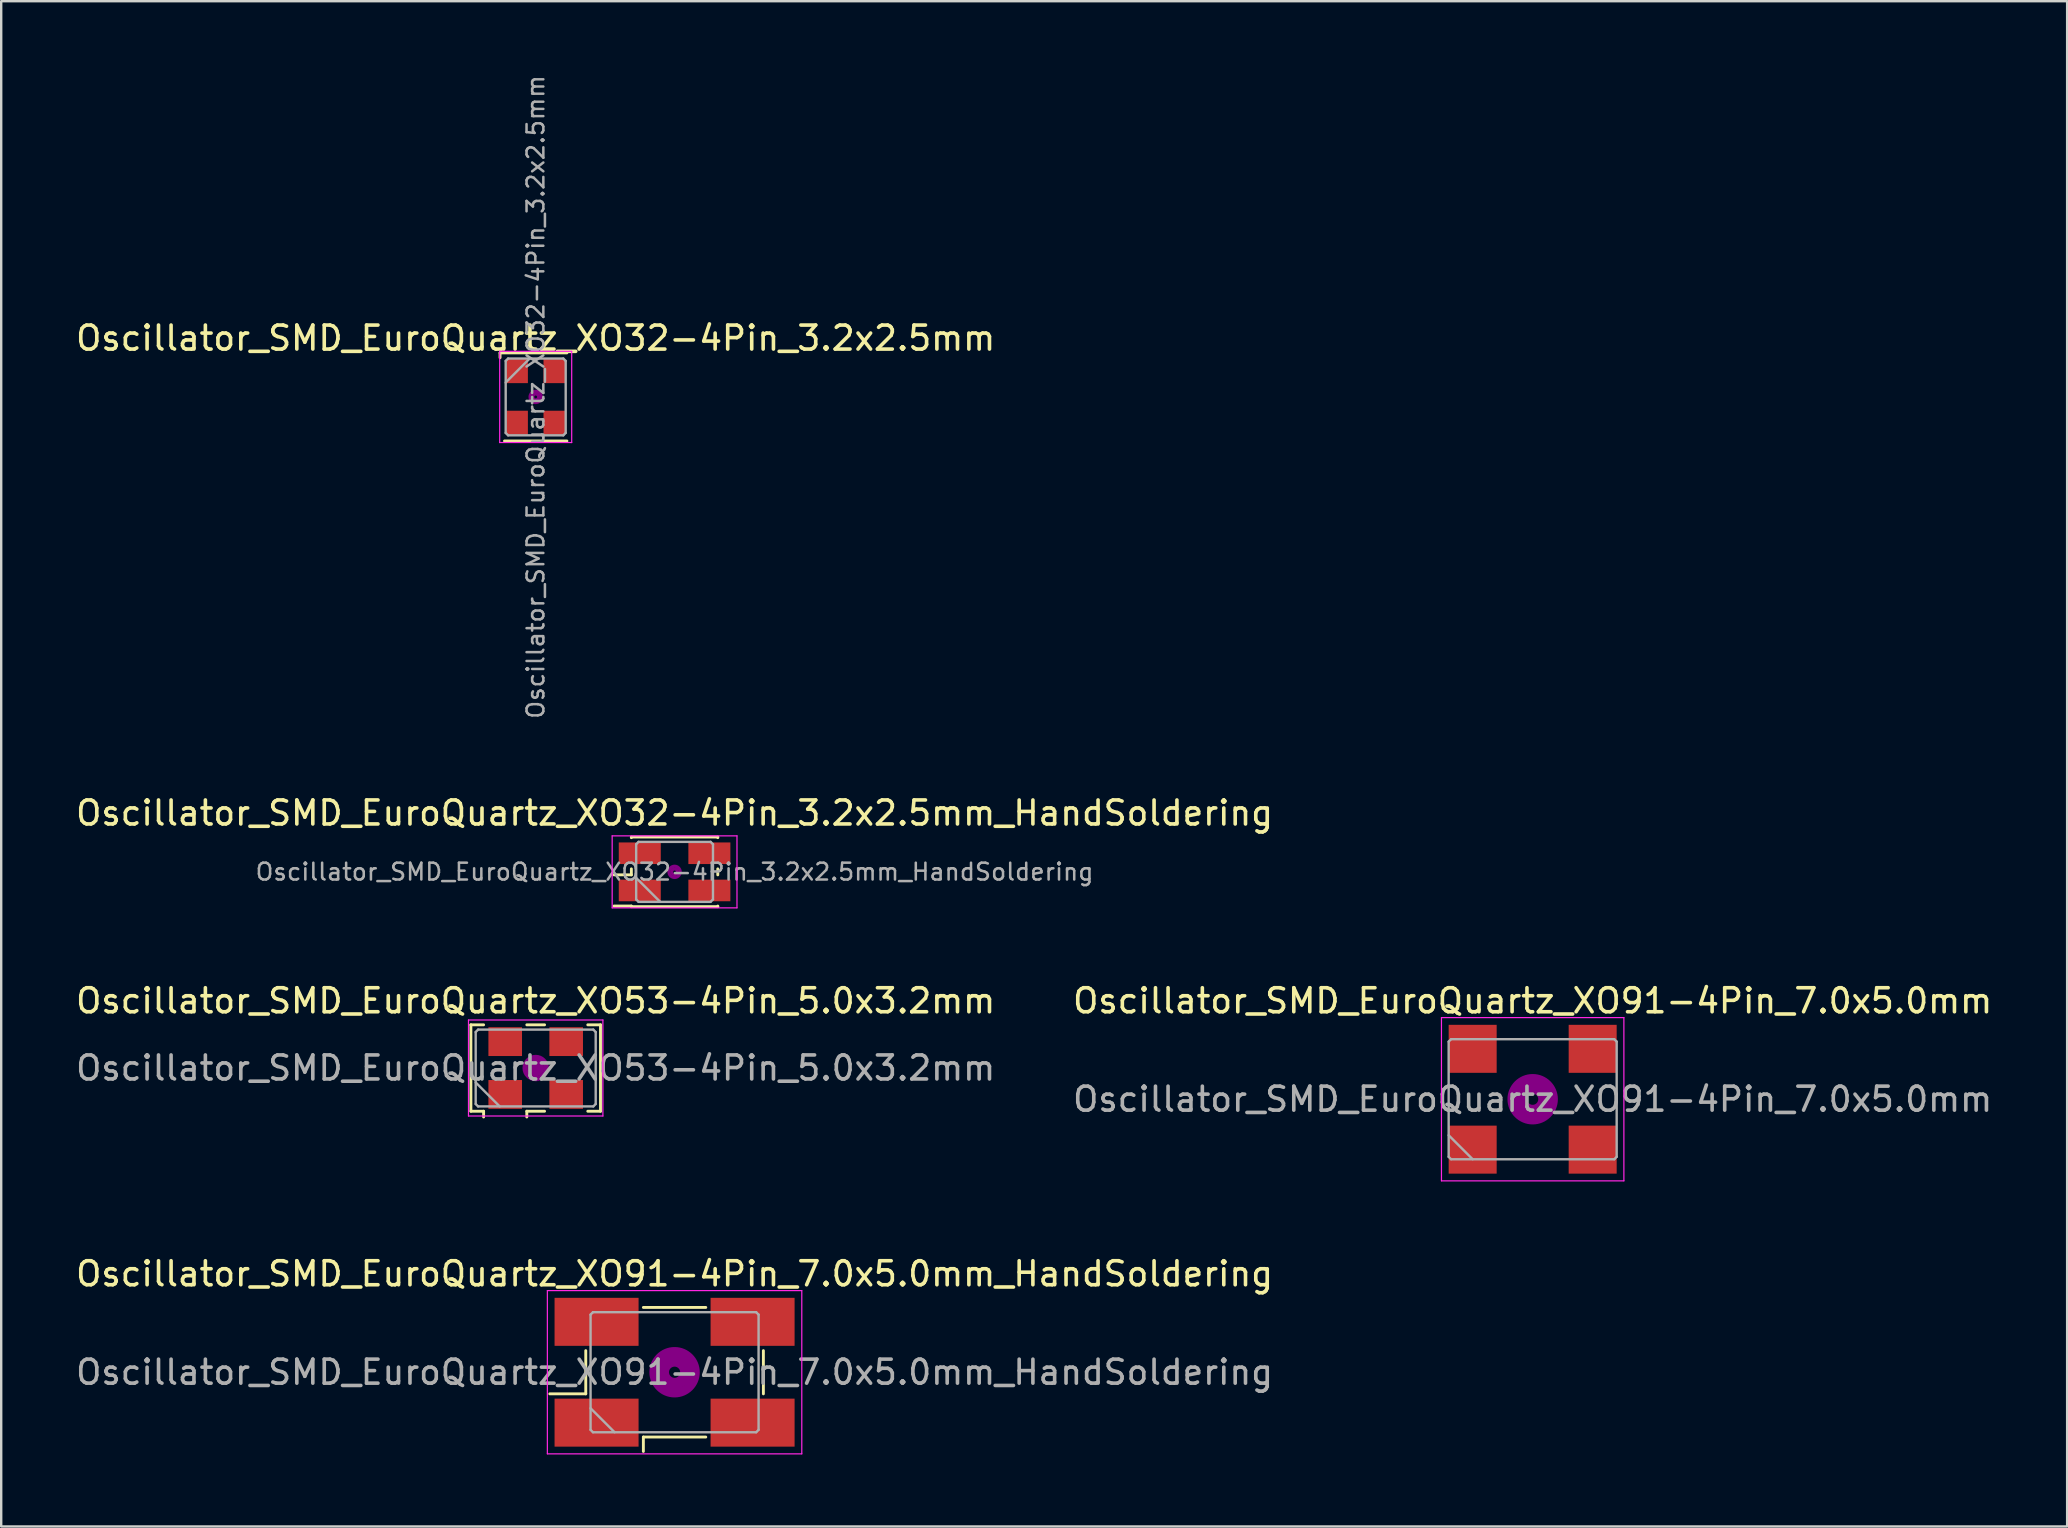
<source format=kicad_pcb>
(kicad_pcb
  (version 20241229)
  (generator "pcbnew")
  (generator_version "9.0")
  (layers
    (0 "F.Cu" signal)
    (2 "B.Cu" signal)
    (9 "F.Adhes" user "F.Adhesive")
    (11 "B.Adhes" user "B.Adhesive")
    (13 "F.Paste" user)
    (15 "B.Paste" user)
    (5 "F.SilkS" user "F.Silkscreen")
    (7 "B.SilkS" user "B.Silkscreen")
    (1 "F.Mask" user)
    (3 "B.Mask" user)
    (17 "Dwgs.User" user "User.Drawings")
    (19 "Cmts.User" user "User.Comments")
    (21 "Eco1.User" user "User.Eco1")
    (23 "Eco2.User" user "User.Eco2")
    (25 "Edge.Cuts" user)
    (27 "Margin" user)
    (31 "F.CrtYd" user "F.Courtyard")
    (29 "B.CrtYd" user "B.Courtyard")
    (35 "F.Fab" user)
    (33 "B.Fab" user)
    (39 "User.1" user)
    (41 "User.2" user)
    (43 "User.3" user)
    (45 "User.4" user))
  (footprint "Oscillator_SMD_EuroQuartz_XO53-4Pin_5.0x3.2mm"
    (layer "F.Cu")
    (at 19.268 41.446)
    (property "Reference" "Oscillator_SMD_EuroQuartz_XO53-4Pin_5.0x3.2mm" (at 0 -2.8 0) (layer "F.SilkS") (effects (font (size 1 1) (thickness 0.15))))
    (attr smd)
    (fp_line (start -2.7 -1.8) (end -2.17 -1.8) (stroke (width 0.12) (type solid)) (layer "F.SilkS"))
    (fp_line (start -2.7 1.8) (end -2.7 -1.8) (stroke (width 0.12) (type solid)) (layer "F.SilkS"))
    (fp_line (start -2.17 1.8) (end -2.7 1.8) (stroke (width 0.12) (type solid)) (layer "F.SilkS"))
    (fp_line (start -2.17 2.04) (end -2.17 1.8) (stroke (width 0.12) (type solid)) (layer "F.SilkS"))
    (fp_line (start -0.37 -1.8) (end 0.37 -1.8) (stroke (width 0.12) (type solid)) (layer "F.SilkS"))
    (fp_line (start -0.37 1.8) (end -0.37 2.04) (stroke (width 0.12) (type solid)) (layer "F.SilkS"))
    (fp_line (start 0.37 1.8) (end -0.37 1.8) (stroke (width 0.12) (type solid)) (layer "F.SilkS"))
    (fp_line (start 2.17 -1.8) (end 2.7 -1.8) (stroke (width 0.12) (type solid)) (layer "F.SilkS"))
    (fp_line (start 2.7 -1.8) (end 2.7 1.8) (stroke (width 0.12) (type solid)) (layer "F.SilkS"))
    (fp_line (start 2.7 1.8) (end 2.17 1.8) (stroke (width 0.12) (type solid)) (layer "F.SilkS"))
    (fp_circle (center 0 0) (end 0.117 0) (stroke (width 0.233) (type solid)) (fill no) (layer "F.Adhes"))
    (fp_circle (center 0 0) (end 0.267 0) (stroke (width 0.167) (type solid)) (fill no) (layer "F.Adhes"))
    (fp_circle (center 0 0) (end 0.417 0) (stroke (width 0.167) (type solid)) (fill no) (layer "F.Adhes"))
    (fp_circle (center 0 0) (end 0.5 0) (stroke (width 0.1) (type solid)) (fill no) (layer "F.Adhes"))
    (fp_line (start -2.8 -2) (end -2.8 2) (stroke (width 0.05) (type solid)) (layer "F.CrtYd"))
    (fp_line (start -2.8 2) (end 2.8 2) (stroke (width 0.05) (type solid)) (layer "F.CrtYd"))
    (fp_line (start 2.8 -2) (end -2.8 -2) (stroke (width 0.05) (type solid)) (layer "F.CrtYd"))
    (fp_line (start 2.8 2) (end 2.8 -2) (stroke (width 0.05) (type solid)) (layer "F.CrtYd"))
    (fp_line (start -2.5 -1.5) (end -2.4 -1.6) (stroke (width 0.1) (type solid)) (layer "F.Fab"))
    (fp_line (start -2.5 0.6) (end -1.5 1.6) (stroke (width 0.1) (type solid)) (layer "F.Fab"))
    (fp_line (start -2.5 1.5) (end -2.5 -1.5) (stroke (width 0.1) (type solid)) (layer "F.Fab"))
    (fp_line (start -2.4 -1.6) (end 2.4 -1.6) (stroke (width 0.1) (type solid)) (layer "F.Fab"))
    (fp_line (start -2.4 1.6) (end -2.5 1.5) (stroke (width 0.1) (type solid)) (layer "F.Fab"))
    (fp_line (start 2.4 -1.6) (end 2.5 -1.5) (stroke (width 0.1) (type solid)) (layer "F.Fab"))
    (fp_line (start 2.4 1.6) (end -2.4 1.6) (stroke (width 0.1) (type solid)) (layer "F.Fab"))
    (fp_line (start 2.5 -1.5) (end 2.5 1.5) (stroke (width 0.1) (type solid)) (layer "F.Fab"))
    (fp_line (start 2.5 1.5) (end 2.4 1.6) (stroke (width 0.1) (type solid)) (layer "F.Fab"))
    (fp_text user "${REFERENCE}" (at 0 0 0) (layer "F.Fab") (effects (font (size 1 1) (thickness 0.15))))
    (pad "1" smd rect (at -1.27 1.1) (size 1.4 1.2) (layers "F.Cu" "F.Mask" "F.Paste"))
    (pad "2" smd rect (at 1.27 1.1) (size 1.4 1.2) (layers "F.Cu" "F.Mask" "F.Paste"))
    (pad "3" smd rect (at 1.27 -1.1) (size 1.4 1.2) (layers "F.Cu" "F.Mask" "F.Paste"))
    (pad "4" smd rect (at -1.27 -1.1) (size 1.4 1.2) (layers "F.Cu" "F.Mask" "F.Paste")))
  (footprint "Oscillator_SMD_EuroQuartz_XO91-4Pin_7.0x5.0mm"
    (layer "F.Cu")
    (at 60.804 42.746)
    (property "Reference" "Oscillator_SMD_EuroQuartz_XO91-4Pin_7.0x5.0mm" (at 0 -4.1 0) (layer "F.SilkS") (effects (font (size 1 1) (thickness 0.15))))
    (attr smd)
    (fp_circle (center 0 0) (end 0.233 0) (stroke (width 0.467) (type solid)) (fill no) (layer "F.Adhes"))
    (fp_circle (center 0 0) (end 0.533 0) (stroke (width 0.333) (type solid)) (fill no) (layer "F.Adhes"))
    (fp_circle (center 0 0) (end 0.833 0) (stroke (width 0.333) (type solid)) (fill no) (layer "F.Adhes"))
    (fp_circle (center 0 0) (end 1 0) (stroke (width 0.1) (type solid)) (fill no) (layer "F.Adhes"))
    (fp_line (start -3.8 -3.4) (end -3.8 3.4) (stroke (width 0.05) (type solid)) (layer "F.CrtYd"))
    (fp_line (start -3.8 3.4) (end 3.8 3.4) (stroke (width 0.05) (type solid)) (layer "F.CrtYd"))
    (fp_line (start 3.8 -3.4) (end -3.8 -3.4) (stroke (width 0.05) (type solid)) (layer "F.CrtYd"))
    (fp_line (start 3.8 3.4) (end 3.8 -3.4) (stroke (width 0.05) (type solid)) (layer "F.CrtYd"))
    (fp_line (start -3.5 -2.4) (end -3.4 -2.5) (stroke (width 0.1) (type solid)) (layer "F.Fab"))
    (fp_line (start -3.5 1.5) (end -2.5 2.5) (stroke (width 0.1) (type solid)) (layer "F.Fab"))
    (fp_line (start -3.5 2.4) (end -3.5 -2.4) (stroke (width 0.1) (type solid)) (layer "F.Fab"))
    (fp_line (start -3.4 -2.5) (end 3.4 -2.5) (stroke (width 0.1) (type solid)) (layer "F.Fab"))
    (fp_line (start -3.4 2.5) (end -3.5 2.4) (stroke (width 0.1) (type solid)) (layer "F.Fab"))
    (fp_line (start 3.4 -2.5) (end 3.5 -2.4) (stroke (width 0.1) (type solid)) (layer "F.Fab"))
    (fp_line (start 3.4 2.5) (end -3.4 2.5) (stroke (width 0.1) (type solid)) (layer "F.Fab"))
    (fp_line (start 3.5 -2.4) (end 3.5 2.4) (stroke (width 0.1) (type solid)) (layer "F.Fab"))
    (fp_line (start 3.5 2.4) (end 3.4 2.5) (stroke (width 0.1) (type solid)) (layer "F.Fab"))
    (fp_text user "${REFERENCE}" (at 0 0 0) (layer "F.Fab") (effects (font (size 1 1) (thickness 0.15))))
    (pad "1" smd rect (at -2.5 2.1) (size 2 2) (layers "F.Cu" "F.Mask" "F.Paste"))
    (pad "2" smd rect (at 2.5 2.1) (size 2 2) (layers "F.Cu" "F.Mask" "F.Paste"))
    (pad "3" smd rect (at 2.5 -2.1) (size 2 2) (layers "F.Cu" "F.Mask" "F.Paste"))
    (pad "4" smd rect (at -2.5 -2.1) (size 2 2) (layers "F.Cu" "F.Mask" "F.Paste")))
  (footprint "Oscillator_SMD_EuroQuartz_XO91-4Pin_7.0x5.0mm_HandSoldering"
    (layer "F.Cu")
    (at 25.054 54.12)
    (property "Reference" "Oscillator_SMD_EuroQuartz_XO91-4Pin_7.0x5.0mm_HandSoldering" (at 0 -4.1 0) (layer "F.SilkS") (effects (font (size 1 1) (thickness 0.15))))
    (attr smd)
    (fp_line (start -5.2 0.9) (end -3.7 0.9) (stroke (width 0.12) (type solid)) (layer "F.SilkS"))
    (fp_line (start -3.7 0.9) (end -3.7 -0.9) (stroke (width 0.12) (type solid)) (layer "F.SilkS"))
    (fp_line (start -1.3 -2.7) (end 1.3 -2.7) (stroke (width 0.12) (type solid)) (layer "F.SilkS"))
    (fp_line (start -1.3 2.7) (end -1.3 3.3) (stroke (width 0.12) (type solid)) (layer "F.SilkS"))
    (fp_line (start 1.3 2.7) (end -1.3 2.7) (stroke (width 0.12) (type solid)) (layer "F.SilkS"))
    (fp_line (start 3.7 -0.9) (end 3.7 0.9) (stroke (width 0.12) (type solid)) (layer "F.SilkS"))
    (fp_circle (center 0 0) (end 0.233 0) (stroke (width 0.467) (type solid)) (fill no) (layer "F.Adhes"))
    (fp_circle (center 0 0) (end 0.533 0) (stroke (width 0.333) (type solid)) (fill no) (layer "F.Adhes"))
    (fp_circle (center 0 0) (end 0.833 0) (stroke (width 0.333) (type solid)) (fill no) (layer "F.Adhes"))
    (fp_circle (center 0 0) (end 1 0) (stroke (width 0.1) (type solid)) (fill no) (layer "F.Adhes"))
    (fp_line (start -5.3 -3.4) (end -5.3 3.4) (stroke (width 0.05) (type solid)) (layer "F.CrtYd"))
    (fp_line (start -5.3 3.4) (end 5.3 3.4) (stroke (width 0.05) (type solid)) (layer "F.CrtYd"))
    (fp_line (start 5.3 -3.4) (end -5.3 -3.4) (stroke (width 0.05) (type solid)) (layer "F.CrtYd"))
    (fp_line (start 5.3 3.4) (end 5.3 -3.4) (stroke (width 0.05) (type solid)) (layer "F.CrtYd"))
    (fp_line (start -3.5 -2.4) (end -3.4 -2.5) (stroke (width 0.1) (type solid)) (layer "F.Fab"))
    (fp_line (start -3.5 1.5) (end -2.5 2.5) (stroke (width 0.1) (type solid)) (layer "F.Fab"))
    (fp_line (start -3.5 2.4) (end -3.5 -2.4) (stroke (width 0.1) (type solid)) (layer "F.Fab"))
    (fp_line (start -3.4 -2.5) (end 3.4 -2.5) (stroke (width 0.1) (type solid)) (layer "F.Fab"))
    (fp_line (start -3.4 2.5) (end -3.5 2.4) (stroke (width 0.1) (type solid)) (layer "F.Fab"))
    (fp_line (start 3.4 -2.5) (end 3.5 -2.4) (stroke (width 0.1) (type solid)) (layer "F.Fab"))
    (fp_line (start 3.4 2.5) (end -3.4 2.5) (stroke (width 0.1) (type solid)) (layer "F.Fab"))
    (fp_line (start 3.5 -2.4) (end 3.5 2.4) (stroke (width 0.1) (type solid)) (layer "F.Fab"))
    (fp_line (start 3.5 2.4) (end 3.4 2.5) (stroke (width 0.1) (type solid)) (layer "F.Fab"))
    (fp_text user "${REFERENCE}" (at 0 0 0) (layer "F.Fab") (effects (font (size 1 1) (thickness 0.15))))
    (pad "1" smd rect (at -3.25 2.1) (size 3.5 2) (layers "F.Cu" "F.Mask" "F.Paste"))
    (pad "2" smd rect (at 3.25 2.1) (size 3.5 2) (layers "F.Cu" "F.Mask" "F.Paste"))
    (pad "3" smd rect (at 3.25 -2.1) (size 3.5 2) (layers "F.Cu" "F.Mask" "F.Paste"))
    (pad "4" smd rect (at -3.25 -2.1) (size 3.5 2) (layers "F.Cu" "F.Mask" "F.Paste")))
  (footprint "Oscillator_SMD_EuroQuartz_XO32-4Pin_3.2x2.5mm_HandSoldering"
    (layer "F.Cu")
    (at 25.054 33.273)
    (property "Reference" "Oscillator_SMD_EuroQuartz_XO32-4Pin_3.2x2.5mm_HandSoldering" (at 0 -2.45 0) (layer "F.SilkS") (effects (font (size 1 1) (thickness 0.15))))
    (attr smd)
    (fp_line (start -2.525 0.125) (end -1.8 0.125) (stroke (width 0.12) (type solid)) (layer "F.SilkS"))
    (fp_line (start -2.525 1.425) (end -1.8 1.425) (stroke (width 0.12) (type solid)) (layer "F.SilkS"))
    (fp_line (start -1.8 -1.45) (end 1.8 -1.45) (stroke (width 0.12) (type solid)) (layer "F.SilkS"))
    (fp_line (start -1.8 -1.425) (end -1.8 -1.45) (stroke (width 0.12) (type solid)) (layer "F.SilkS"))
    (fp_line (start -1.8 0.125) (end -1.8 -0.125) (stroke (width 0.12) (type solid)) (layer "F.SilkS"))
    (fp_line (start -1.8 1.425) (end -1.8 1.45) (stroke (width 0.12) (type solid)) (layer "F.SilkS"))
    (fp_line (start -1.8 1.45) (end 1.8 1.45) (stroke (width 0.12) (type solid)) (layer "F.SilkS"))
    (fp_line (start 1.8 -1.45) (end 1.8 -1.425) (stroke (width 0.12) (type solid)) (layer "F.SilkS"))
    (fp_line (start 1.8 -0.125) (end 1.8 0.125) (stroke (width 0.12) (type solid)) (layer "F.SilkS"))
    (fp_line (start 1.8 1.45) (end 1.8 1.425) (stroke (width 0.12) (type solid)) (layer "F.SilkS"))
    (fp_circle (center 0 0) (end 0.058 0) (stroke (width 0.117) (type solid)) (fill no) (layer "F.Adhes"))
    (fp_circle (center 0 0) (end 0.133 0) (stroke (width 0.083) (type solid)) (fill no) (layer "F.Adhes"))
    (fp_circle (center 0 0) (end 0.208 0) (stroke (width 0.083) (type solid)) (fill no) (layer "F.Adhes"))
    (fp_circle (center 0 0) (end 0.25 0) (stroke (width 0.1) (type solid)) (fill no) (layer "F.Adhes"))
    (fp_line (start -2.6 -1.5) (end -2.6 1.5) (stroke (width 0.05) (type solid)) (layer "F.CrtYd"))
    (fp_line (start -2.6 1.5) (end 2.6 1.5) (stroke (width 0.05) (type solid)) (layer "F.CrtYd"))
    (fp_line (start 2.6 -1.5) (end -2.6 -1.5) (stroke (width 0.05) (type solid)) (layer "F.CrtYd"))
    (fp_line (start 2.6 1.5) (end 2.6 -1.5) (stroke (width 0.05) (type solid)) (layer "F.CrtYd"))
    (fp_line (start -1.6 -1.15) (end -1.5 -1.25) (stroke (width 0.1) (type solid)) (layer "F.Fab"))
    (fp_line (start -1.6 0.25) (end -0.6 1.25) (stroke (width 0.1) (type solid)) (layer "F.Fab"))
    (fp_line (start -1.6 1.15) (end -1.6 -1.15) (stroke (width 0.1) (type solid)) (layer "F.Fab"))
    (fp_line (start -1.5 -1.25) (end 1.5 -1.25) (stroke (width 0.1) (type solid)) (layer "F.Fab"))
    (fp_line (start -1.5 1.25) (end -1.6 1.15) (stroke (width 0.1) (type solid)) (layer "F.Fab"))
    (fp_line (start 1.5 -1.25) (end 1.6 -1.15) (stroke (width 0.1) (type solid)) (layer "F.Fab"))
    (fp_line (start 1.5 1.25) (end -1.5 1.25) (stroke (width 0.1) (type solid)) (layer "F.Fab"))
    (fp_line (start 1.6 -1.15) (end 1.6 1.15) (stroke (width 0.1) (type solid)) (layer "F.Fab"))
    (fp_line (start 1.6 1.15) (end 1.5 1.25) (stroke (width 0.1) (type solid)) (layer "F.Fab"))
    (fp_text user "${REFERENCE}" (at 0 0 0) (layer "F.Fab") (effects (font (size 0.7 0.7) (thickness 0.105))))
    (pad "1" smd rect (at -1.45 0.775) (size 1.75 0.9) (layers "F.Cu" "F.Mask" "F.Paste"))
    (pad "2" smd rect (at 1.45 0.775) (size 1.75 0.9) (layers "F.Cu" "F.Mask" "F.Paste"))
    (pad "3" smd rect (at 1.45 -0.775) (size 1.75 0.9) (layers "F.Cu" "F.Mask" "F.Paste"))
    (pad "4" smd rect (at -1.45 -0.775) (size 1.75 0.9) (layers "F.Cu" "F.Mask" "F.Paste")))
  (footprint "Oscillator_SMD_EuroQuartz_XO32-4Pin_3.2x2.5mm"
    (layer "F.Cu")
    (at 19.268 13.487)
    (property "Reference" "Oscillator_SMD_EuroQuartz_XO32-4Pin_3.2x2.5mm" (at 0 -2.45 0) (layer "F.SilkS") (effects (font (size 1 1) (thickness 0.15))))
    (attr smd)
    (fp_line (start -1.485 -1.835) (end 1.3 -1.835) (stroke (width 0.12) (type solid)) (layer "F.SilkS"))
    (fp_line (start -1.485 -1.635) (end -1.485 -1.835) (stroke (width 0.12) (type solid)) (layer "F.SilkS"))
    (fp_line (start 1.3 1.835) (end -1.3 1.835) (stroke (width 0.12) (type solid)) (layer "F.SilkS"))
    (fp_circle (center 0 0) (end 0 0.058) (stroke (width 0.117) (type solid)) (fill no) (layer "F.Adhes"))
    (fp_circle (center 0 0) (end 0 0.133) (stroke (width 0.083) (type solid)) (fill no) (layer "F.Adhes"))
    (fp_circle (center 0 0) (end 0 0.208) (stroke (width 0.083) (type solid)) (fill no) (layer "F.Adhes"))
    (fp_circle (center 0 0) (end 0 0.25) (stroke (width 0.1) (type solid)) (fill no) (layer "F.Adhes"))
    (fp_line (start -1.5 -1.9) (end -1.5 1.9) (stroke (width 0.05) (type solid)) (layer "F.CrtYd"))
    (fp_line (start -1.5 1.9) (end 1.5 1.9) (stroke (width 0.05) (type solid)) (layer "F.CrtYd"))
    (fp_line (start 1.5 -1.9) (end -1.5 -1.9) (stroke (width 0.05) (type solid)) (layer "F.CrtYd"))
    (fp_line (start 1.5 1.9) (end 1.5 -1.9) (stroke (width 0.05) (type solid)) (layer "F.CrtYd"))
    (fp_line (start -1.25 -1.5) (end -1.15 -1.6) (stroke (width 0.1) (type solid)) (layer "F.Fab"))
    (fp_line (start -1.25 1.5) (end -1.25 -1.5) (stroke (width 0.1) (type solid)) (layer "F.Fab"))
    (fp_line (start -1.15 -1.6) (end 1.15 -1.6) (stroke (width 0.1) (type solid)) (layer "F.Fab"))
    (fp_line (start -1.15 1.6) (end -1.25 1.5) (stroke (width 0.1) (type solid)) (layer "F.Fab"))
    (fp_line (start -0.25 -1.6) (end -1.25 -0.6) (stroke (width 0.1) (type solid)) (layer "F.Fab"))
    (fp_line (start 1.15 -1.6) (end 1.25 -1.5) (stroke (width 0.1) (type solid)) (layer "F.Fab"))
    (fp_line (start 1.15 1.6) (end -1.15 1.6) (stroke (width 0.1) (type solid)) (layer "F.Fab"))
    (fp_line (start 1.25 -1.5) (end 1.25 1.5) (stroke (width 0.1) (type solid)) (layer "F.Fab"))
    (fp_line (start 1.25 1.5) (end 1.15 1.6) (stroke (width 0.1) (type solid)) (layer "F.Fab"))
    (fp_text user "${REFERENCE}" (at 0 0 270) (layer "F.Fab") (effects (font (size 0.7 0.7) (thickness 0.105))))
    (pad "1" smd rect (at -0.775 -1.075 270) (size 1 0.9) (layers "F.Cu" "F.Mask" "F.Paste"))
    (pad "2" smd rect (at -0.775 1.075 270) (size 1 0.9) (layers "F.Cu" "F.Mask" "F.Paste"))
    (pad "3" smd rect (at 0.775 1.075 270) (size 1 0.9) (layers "F.Cu" "F.Mask" "F.Paste"))
    (pad "4" smd rect (at 0.775 -1.075 270) (size 1 0.9) (layers "F.Cu" "F.Mask" "F.Paste")))
  (gr_rect
    (start -3 -3)
    (end 83.071 60.545)
    (stroke (width 0.1) (type default))
    (fill no)
    (layer "Edge.Cuts")))
</source>
